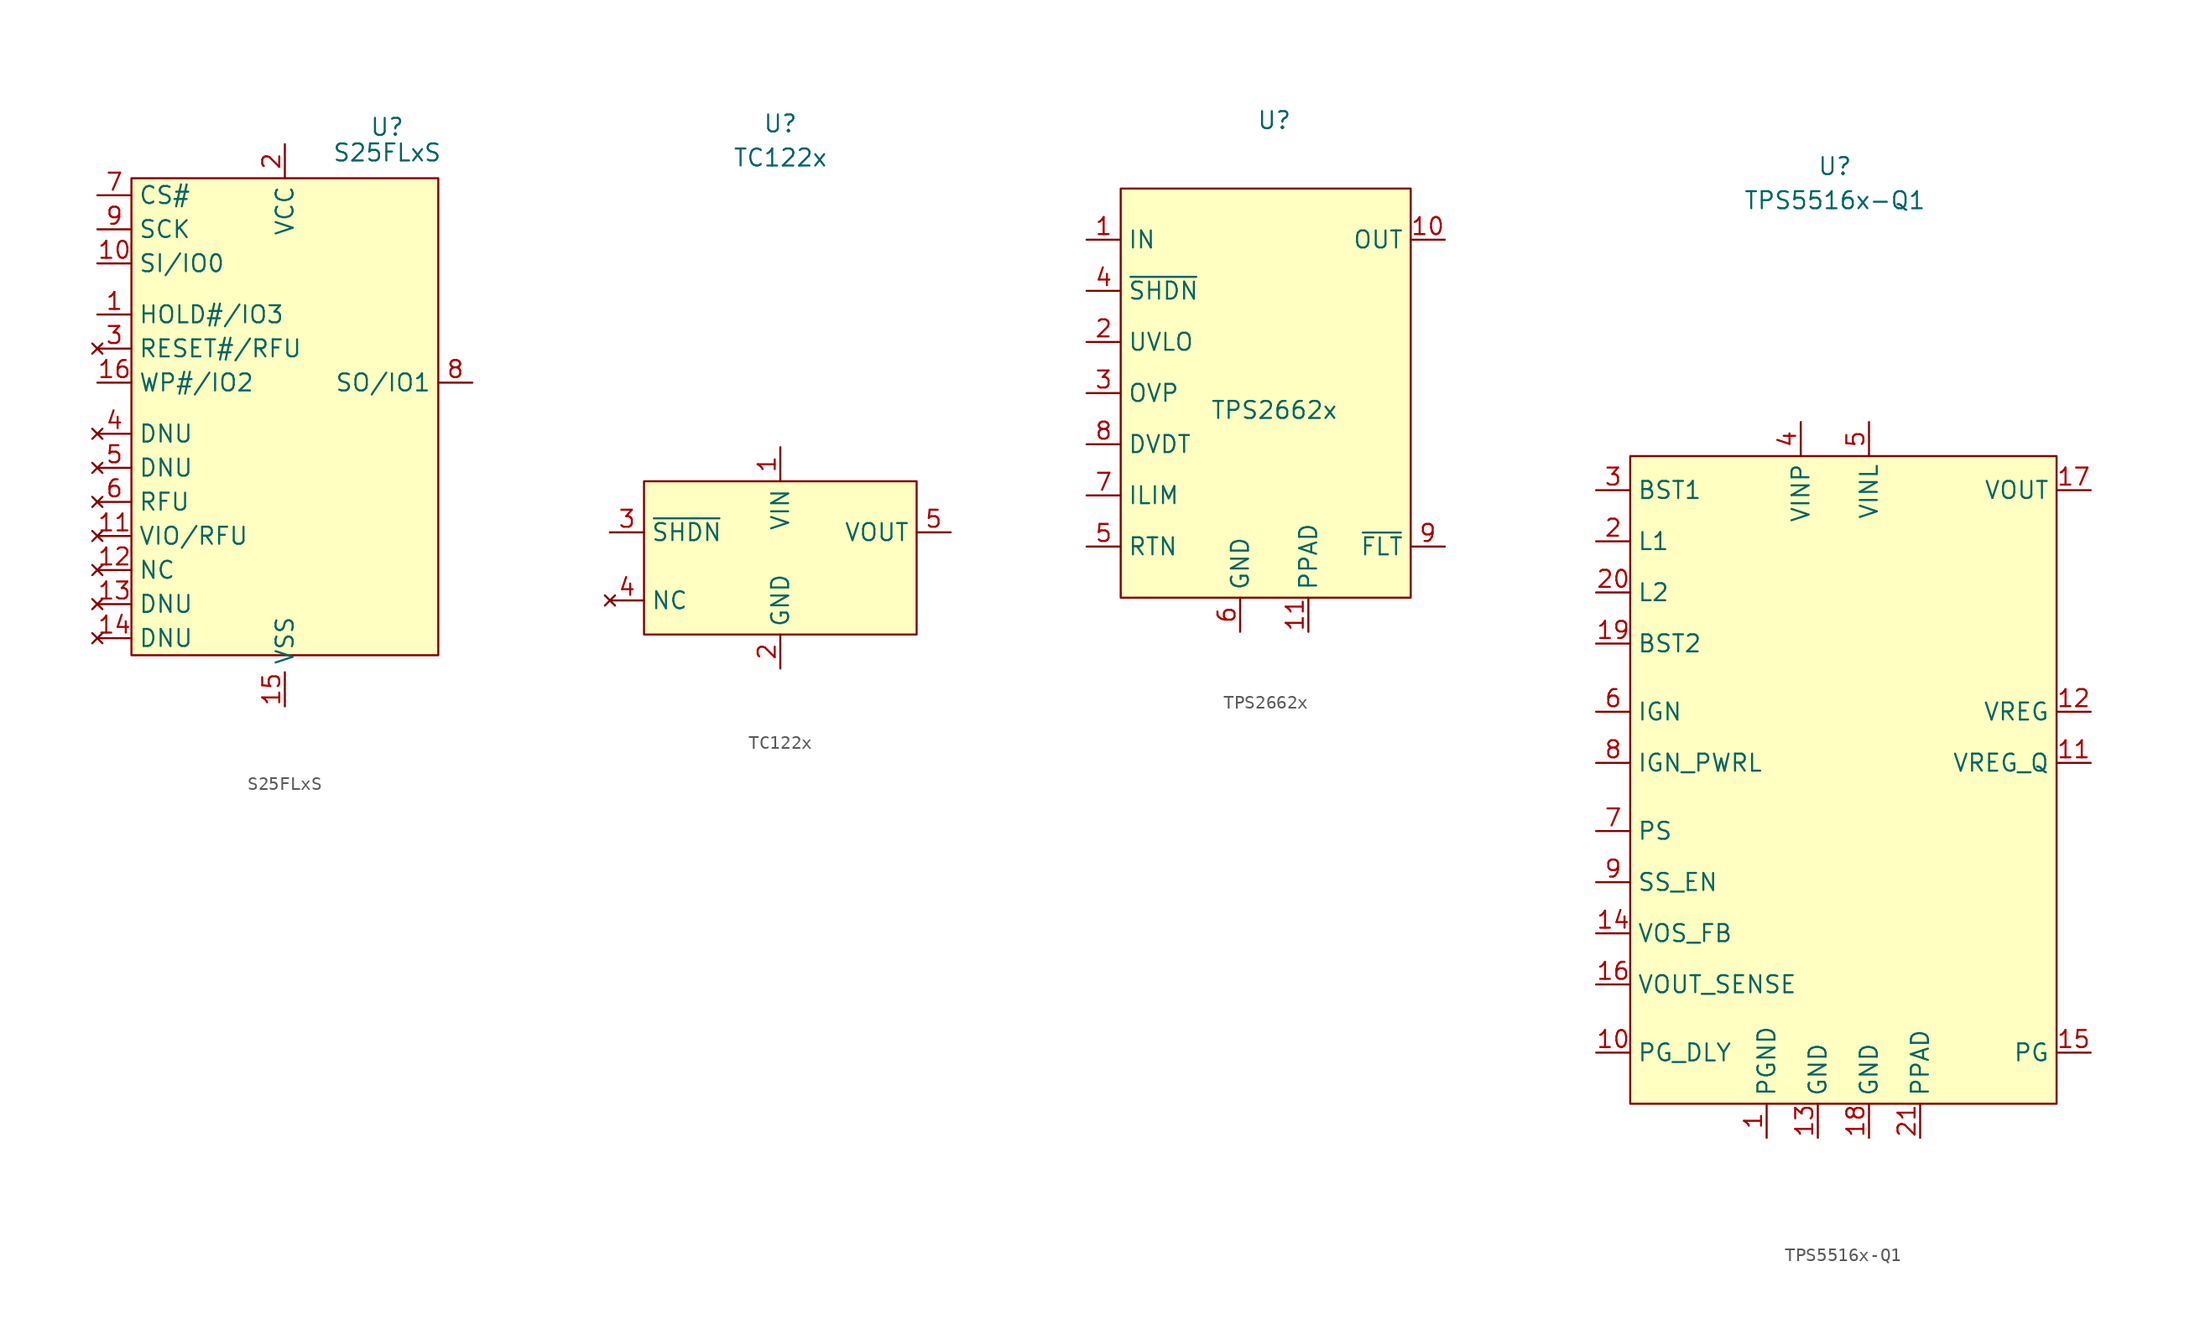
<source format=kicad_sym>
(kicad_symbol_lib
  (version 20211014)
  (generator kicad_symbol_editor)
  (symbol "S25FLxS"
    (property "Reference" "U"
      (at 7.62 19.05 0)
      (effects (font (size 1.27 1.27))))
    (property "Value" "S25FLxS"
      (at 7.62 17.145 0)
      (effects (font (size 1.27 1.27))))
    (symbol "S25FLxS_0_0"
      (pin input line (at -13.97 5.08 0) (length 2.54) (name "HOLD#/IO3" (effects (font (size 1.27 1.27)))) (number "1" (effects (font (size 1.27 1.27)))))
      (pin input line (at -13.97 8.89 0) (length 2.54) (name "SI/IO0" (effects (font (size 1.27 1.27)))) (number "10" (effects (font (size 1.27 1.27)))))
      (pin no_connect line (at -13.97 -11.43 0) (length 2.54) (name "VIO/RFU" (effects (font (size 1.27 1.27)))) (number "11" (effects (font (size 1.27 1.27)))))
      (pin no_connect line (at -13.97 -13.97 0) (length 2.54) (name "NC" (effects (font (size 1.27 1.27)))) (number "12" (effects (font (size 1.27 1.27)))))
      (pin no_connect line (at -13.97 -16.51 0) (length 2.54) (name "DNU" (effects (font (size 1.27 1.27)))) (number "13" (effects (font (size 1.27 1.27)))))
      (pin no_connect line (at -13.97 -19.05 0) (length 2.54) (name "DNU" (effects (font (size 1.27 1.27)))) (number "14" (effects (font (size 1.27 1.27)))))
      (pin power_in line (at 0 -24.13 90) (length 2.54) (name "VSS" (effects (font (size 1.27 1.27)))) (number "15" (effects (font (size 1.27 1.27)))))
      (pin input line (at -13.97 0 0) (length 2.54) (name "WP#/IO2" (effects (font (size 1.27 1.27)))) (number "16" (effects (font (size 1.27 1.27)))))
      (pin power_in line (at 0 17.78 270) (length 2.54) (name "VCC" (effects (font (size 1.27 1.27)))) (number "2" (effects (font (size 1.27 1.27)))))
      (pin no_connect line (at -13.97 2.54 0) (length 2.54) (name "RESET#/RFU" (effects (font (size 1.27 1.27)))) (number "3" (effects (font (size 1.27 1.27)))))
      (pin no_connect line (at -13.97 -3.81 0) (length 2.54) (name "DNU" (effects (font (size 1.27 1.27)))) (number "4" (effects (font (size 1.27 1.27)))))
      (pin no_connect line (at -13.97 -6.35 0) (length 2.54) (name "DNU" (effects (font (size 1.27 1.27)))) (number "5" (effects (font (size 1.27 1.27)))))
      (pin no_connect line (at -13.97 -8.89 0) (length 2.54) (name "RFU" (effects (font (size 1.27 1.27)))) (number "6" (effects (font (size 1.27 1.27)))))
      (pin input line (at -13.97 13.97 0) (length 2.54) (name "CS#" (effects (font (size 1.27 1.27)))) (number "7" (effects (font (size 1.27 1.27)))))
      (pin output line (at 13.97 0 180) (length 2.54) (name "SO/IO1" (effects (font (size 1.27 1.27)))) (number "8" (effects (font (size 1.27 1.27)))))
      (pin input line (at -13.97 11.43 0) (length 2.54) (name "SCK" (effects (font (size 1.27 1.27)))) (number "9" (effects (font (size 1.27 1.27))))))
    (symbol "S25FLxS_0_1"
      (rectangle (start -11.43 15.24) (end 11.43 -20.32) (stroke (width 0) (type default) (color 0 0 0 0)) (fill (type background)))))
  (symbol "TC122x"
    (property "Reference" "U"
      (at 0 33.02 0)
      (effects (font (size 1.27 1.27))))
    (property "Value" "TC122x"
      (at 0 30.48 0)
      (effects (font (size 1.27 1.27))))
    (symbol "TC122x_0_0"
      (pin power_in line (at 0 8.89 270) (length 2.54) (name "VIN" (effects (font (size 1.27 1.27)))) (number "1" (effects (font (size 1.27 1.27)))))
      (pin power_in line (at 0 -7.62 90) (length 2.54) (name "GND" (effects (font (size 1.27 1.27)))) (number "2" (effects (font (size 1.27 1.27)))))
      (pin input line (at -12.7 2.54 0) (length 2.54) (name "~{SHDN}" (effects (font (size 1.27 1.27)))) (number "3" (effects (font (size 1.27 1.27)))))
      (pin no_connect line (at -12.7 -2.54 0) (length 2.54) (name "NC" (effects (font (size 1.27 1.27)))) (number "4" (effects (font (size 1.27 1.27)))))
      (pin power_out line (at 12.7 2.54 180) (length 2.54) (name "VOUT" (effects (font (size 1.27 1.27)))) (number "5" (effects (font (size 1.27 1.27))))))
    (symbol "TC122x_0_1"
      (rectangle (start -10.16 6.35) (end 10.16 -5.08) (stroke (width 0) (type default) (color 0 0 0 0)) (fill (type background)))))
  (symbol "TPS2662x"
    (property "Reference" "U"
      (at 0 21.59 0)
      (effects (font (size 1.27 1.27))))
    (property "Value" "TPS2662x"
      (at 0 0 0)
      (effects (font (size 1.27 1.27))))
    (symbol "TPS2662x_0_0"
      (pin power_in line (at -13.97 12.7 0) (length 2.54) (name "IN" (effects (font (size 1.27 1.27)))) (number "1" (effects (font (size 1.27 1.27)))))
      (pin passive line (at 12.7 12.7 180) (length 2.54) (name "OUT" (effects (font (size 1.27 1.27)))) (number "10" (effects (font (size 1.27 1.27)))))
      (pin input line (at 2.54 -16.51 90) (length 2.54) (name "PPAD" (effects (font (size 1.27 1.27)))) (number "11" (effects (font (size 1.27 1.27)))))
      (pin input line (at -13.97 5.08 0) (length 2.54) (name "UVLO" (effects (font (size 1.27 1.27)))) (number "2" (effects (font (size 1.27 1.27)))))
      (pin input line (at -13.97 1.27 0) (length 2.54) (name "OVP" (effects (font (size 1.27 1.27)))) (number "3" (effects (font (size 1.27 1.27)))))
      (pin input line (at -13.97 8.89 0) (length 2.54) (name "~{SHDN}" (effects (font (size 1.27 1.27)))) (number "4" (effects (font (size 1.27 1.27)))))
      (pin input line (at -13.97 -10.16 0) (length 2.54) (name "RTN" (effects (font (size 1.27 1.27)))) (number "5" (effects (font (size 1.27 1.27)))))
      (pin power_in line (at -2.54 -16.51 90) (length 2.54) (name "GND" (effects (font (size 1.27 1.27)))) (number "6" (effects (font (size 1.27 1.27)))))
      (pin input line (at -13.97 -6.35 0) (length 2.54) (name "ILIM" (effects (font (size 1.27 1.27)))) (number "7" (effects (font (size 1.27 1.27)))))
      (pin input line (at -13.97 -2.54 0) (length 2.54) (name "DVDT" (effects (font (size 1.27 1.27)))) (number "8" (effects (font (size 1.27 1.27)))))
      (pin output line (at 12.7 -10.16 180) (length 2.54) (name "~{FLT}" (effects (font (size 1.27 1.27)))) (number "9" (effects (font (size 1.27 1.27))))))
    (symbol "TPS2662x_0_1"
      (rectangle (start -11.43 16.51) (end 10.16 -13.97) (stroke (width 0) (type default) (color 0 0 0 0)) (fill (type background)))))
  (symbol "TPS5516x-Q1"
    (property "Reference" "U"
      (at 0 43.18 0)
      (effects (font (size 1.27 1.27))))
    (property "Value" "TPS5516x-Q1"
      (at 0 40.64 0)
      (effects (font (size 1.27 1.27))))
    (symbol "TPS5516x-Q1_0_0"
      (pin power_in line (at -5.08 -29.21 90) (length 2.54) (name "PGND" (effects (font (size 1.27 1.27)))) (number "1" (effects (font (size 1.27 1.27)))))
      (pin input line (at -17.78 -22.86 0) (length 2.54) (name "PG_DLY" (effects (font (size 1.27 1.27)))) (number "10" (effects (font (size 1.27 1.27)))))
      (pin input line (at 19.05 -1.27 180) (length 2.54) (name "VREG_Q" (effects (font (size 1.27 1.27)))) (number "11" (effects (font (size 1.27 1.27)))))
      (pin output line (at 19.05 2.54 180) (length 2.54) (name "VREG" (effects (font (size 1.27 1.27)))) (number "12" (effects (font (size 1.27 1.27)))))
      (pin power_in line (at -1.27 -29.21 90) (length 2.54) (name "GND" (effects (font (size 1.27 1.27)))) (number "13" (effects (font (size 1.27 1.27)))))
      (pin input line (at -17.78 -13.97 0) (length 2.54) (name "VOS_FB" (effects (font (size 1.27 1.27)))) (number "14" (effects (font (size 1.27 1.27)))))
      (pin output line (at 19.05 -22.86 180) (length 2.54) (name "PG" (effects (font (size 1.27 1.27)))) (number "15" (effects (font (size 1.27 1.27)))))
      (pin input line (at -17.78 -17.78 0) (length 2.54) (name "VOUT_SENSE" (effects (font (size 1.27 1.27)))) (number "16" (effects (font (size 1.27 1.27)))))
      (pin power_out line (at 19.05 19.05 180) (length 2.54) (name "VOUT" (effects (font (size 1.27 1.27)))) (number "17" (effects (font (size 1.27 1.27)))))
      (pin power_in line (at 2.54 -29.21 90) (length 2.54) (name "GND" (effects (font (size 1.27 1.27)))) (number "18" (effects (font (size 1.27 1.27)))))
      (pin passive line (at -17.78 7.62 0) (length 2.54) (name "BST2" (effects (font (size 1.27 1.27)))) (number "19" (effects (font (size 1.27 1.27)))))
      (pin passive line (at -17.78 15.24 0) (length 2.54) (name "L1" (effects (font (size 1.27 1.27)))) (number "2" (effects (font (size 1.27 1.27)))))
      (pin passive line (at -17.78 11.43 0) (length 2.54) (name "L2" (effects (font (size 1.27 1.27)))) (number "20" (effects (font (size 1.27 1.27)))))
      (pin passive line (at 6.35 -29.21 90) (length 2.54) (name "PPAD" (effects (font (size 1.27 1.27)))) (number "21" (effects (font (size 1.27 1.27)))))
      (pin passive line (at -17.78 19.05 0) (length 2.54) (name "BST1" (effects (font (size 1.27 1.27)))) (number "3" (effects (font (size 1.27 1.27)))))
      (pin power_in line (at -2.54 24.13 270) (length 2.54) (name "VINP" (effects (font (size 1.27 1.27)))) (number "4" (effects (font (size 1.27 1.27)))))
      (pin power_in line (at 2.54 24.13 270) (length 2.54) (name "VINL" (effects (font (size 1.27 1.27)))) (number "5" (effects (font (size 1.27 1.27)))))
      (pin input line (at -17.78 2.54 0) (length 2.54) (name "IGN" (effects (font (size 1.27 1.27)))) (number "6" (effects (font (size 1.27 1.27)))))
      (pin input line (at -17.78 -6.35 0) (length 2.54) (name "PS" (effects (font (size 1.27 1.27)))) (number "7" (effects (font (size 1.27 1.27)))))
      (pin input line (at -17.78 -1.27 0) (length 2.54) (name "IGN_PWRL" (effects (font (size 1.27 1.27)))) (number "8" (effects (font (size 1.27 1.27)))))
      (pin input line (at -17.78 -10.16 0) (length 2.54) (name "SS_EN" (effects (font (size 1.27 1.27)))) (number "9" (effects (font (size 1.27 1.27))))))
    (symbol "TPS5516x-Q1_0_1"
      (rectangle (start -15.24 21.59) (end 16.51 -26.67) (stroke (width 0) (type default) (color 0 0 0 0)) (fill (type background))))))
</source>
